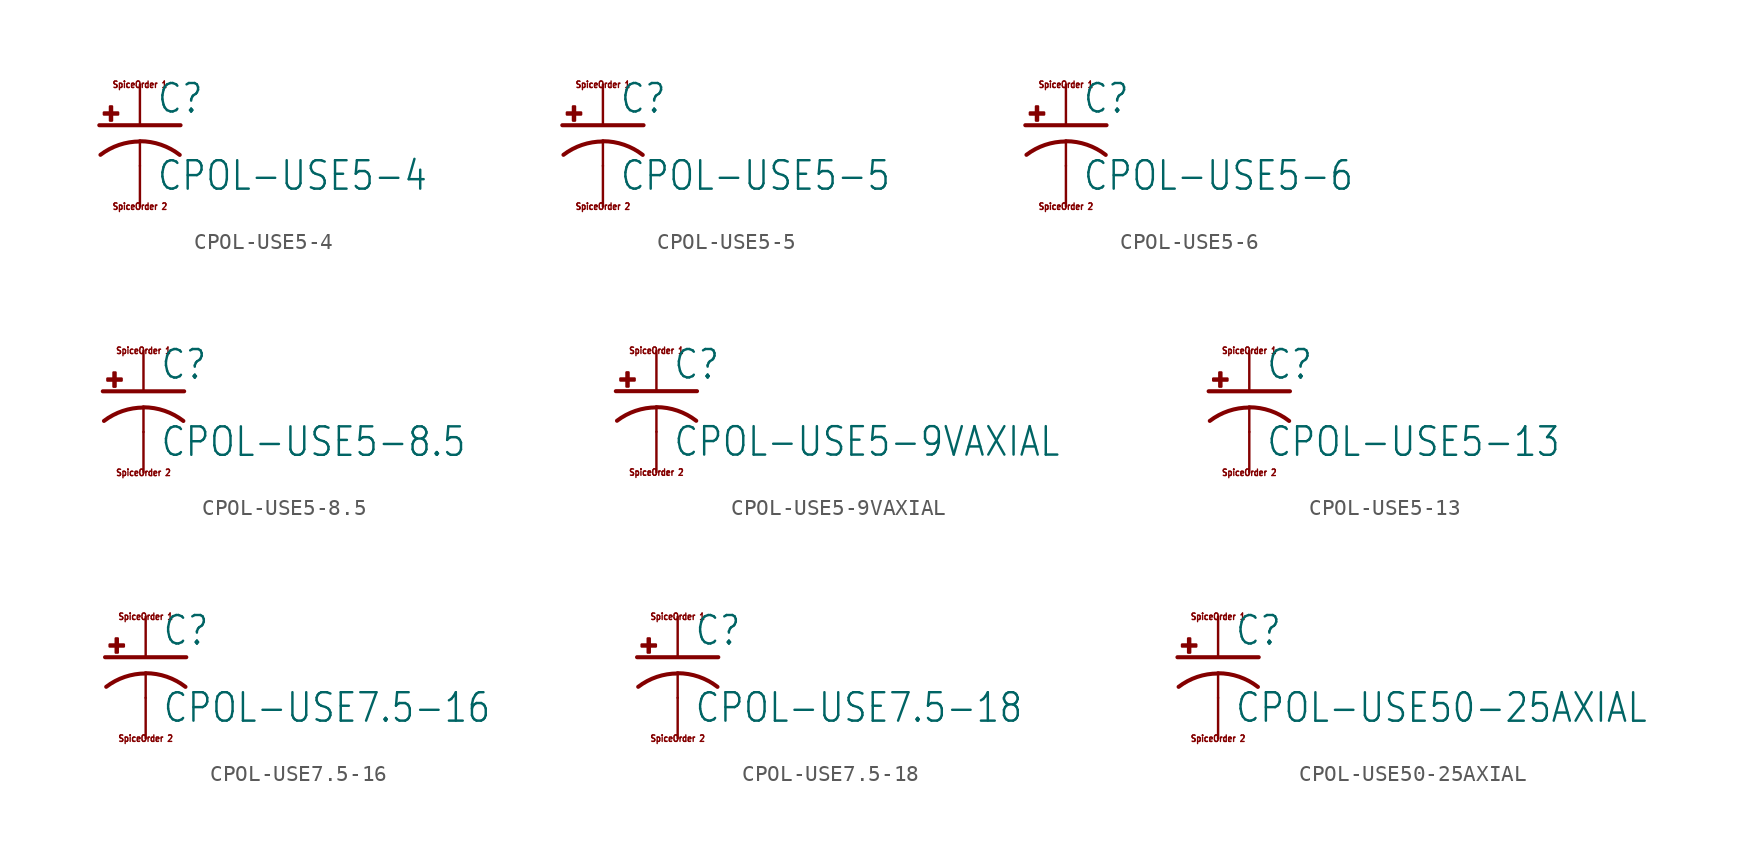
<source format=kicad_sym>
(kicad_symbol_lib
  (version 20211014)
  (generator kicad_symbol_editor)
  (symbol "CPOL-USE5-4"
    (property "Reference" "C"
      (at 1.016 0.635 0)
      (effects (font (size 1.778 1.511)) (justify left bottom)))
    (property "Value" "CPOL-USE5-4"
      (at 1.016 -4.191 0)
      (effects (font (size 1.778 1.511)) (justify left bottom)))
    (property "ki_locked" ""
      (at 0 0 0)
      (effects (font (size 1.27 1.27))))
    (symbol "CPOL-USE5-4_1_0"
      (rectangle (start -2.253 0.668) (end -1.364 0.795) (stroke (width 0) (type default) (color 0 0 0 0)) (fill (type outline)))
      (rectangle (start -1.872 0.287) (end -1.745 1.176) (stroke (width 0) (type default) (color 0 0 0 0)) (fill (type outline)))
      (arc (start 0 -1.0161) (mid -1.3021 -1.2302) (end -2.4669 -1.8504) (stroke (width 0.254) (type default) (color 0 0 0 0)) (fill (type none)))
      (polyline (pts (xy -2.54 0) (xy 2.54 0)) (stroke (width 0.254) (type default) (color 0 0 0 0)) (fill (type none)))
      (polyline (pts (xy 0 -1.016) (xy 0 -2.54)) (stroke (width 0.152) (type default) (color 0 0 0 0)) (fill (type none)))
      (arc (start 2.4892 -1.8542) (mid 1.3158 -1.2195) (end 0 -1) (stroke (width 0.254) (type default) (color 0 0 0 0)) (fill (type none)))
      (text "SpiceOrder 1" (at 0 2.54 0) (effects (font (size 0.406 0.345))))
      (text "SpiceOrder 2" (at 0 -5.08 0) (effects (font (size 0.406 0.345))))
      (pin passive line (at 0 2.54 270) (length 2.54) (name "+" (effects (font (size 0 0)))) (number "+" (effects (font (size 0 0)))))
      (pin passive line (at 0 -5.08 90) (length 2.54) (name "-" (effects (font (size 0 0)))) (number "-" (effects (font (size 0 0)))))))
  (symbol "CPOL-USE5-5"
    (property "Reference" "C"
      (at 1.016 0.635 0)
      (effects (font (size 1.778 1.511)) (justify left bottom)))
    (property "Value" "CPOL-USE5-5"
      (at 1.016 -4.191 0)
      (effects (font (size 1.778 1.511)) (justify left bottom)))
    (property "ki_locked" ""
      (at 0 0 0)
      (effects (font (size 1.27 1.27))))
    (symbol "CPOL-USE5-5_1_0"
      (rectangle (start -2.253 0.668) (end -1.364 0.795) (stroke (width 0) (type default) (color 0 0 0 0)) (fill (type outline)))
      (rectangle (start -1.872 0.287) (end -1.745 1.176) (stroke (width 0) (type default) (color 0 0 0 0)) (fill (type outline)))
      (arc (start 0 -1.0161) (mid -1.3021 -1.2302) (end -2.4669 -1.8504) (stroke (width 0.254) (type default) (color 0 0 0 0)) (fill (type none)))
      (polyline (pts (xy -2.54 0) (xy 2.54 0)) (stroke (width 0.254) (type default) (color 0 0 0 0)) (fill (type none)))
      (polyline (pts (xy 0 -1.016) (xy 0 -2.54)) (stroke (width 0.152) (type default) (color 0 0 0 0)) (fill (type none)))
      (arc (start 2.4892 -1.8542) (mid 1.3158 -1.2195) (end 0 -1) (stroke (width 0.254) (type default) (color 0 0 0 0)) (fill (type none)))
      (text "SpiceOrder 1" (at 0 2.54 0) (effects (font (size 0.406 0.345))))
      (text "SpiceOrder 2" (at 0 -5.08 0) (effects (font (size 0.406 0.345))))
      (pin passive line (at 0 2.54 270) (length 2.54) (name "+" (effects (font (size 0 0)))) (number "+" (effects (font (size 0 0)))))
      (pin passive line (at 0 -5.08 90) (length 2.54) (name "-" (effects (font (size 0 0)))) (number "-" (effects (font (size 0 0)))))))
  (symbol "CPOL-USE5-6"
    (property "Reference" "C"
      (at 1.016 0.635 0)
      (effects (font (size 1.778 1.511)) (justify left bottom)))
    (property "Value" "CPOL-USE5-6"
      (at 1.016 -4.191 0)
      (effects (font (size 1.778 1.511)) (justify left bottom)))
    (property "ki_locked" ""
      (at 0 0 0)
      (effects (font (size 1.27 1.27))))
    (symbol "CPOL-USE5-6_1_0"
      (rectangle (start -2.253 0.668) (end -1.364 0.795) (stroke (width 0) (type default) (color 0 0 0 0)) (fill (type outline)))
      (rectangle (start -1.872 0.287) (end -1.745 1.176) (stroke (width 0) (type default) (color 0 0 0 0)) (fill (type outline)))
      (arc (start 0 -1.0161) (mid -1.3021 -1.2302) (end -2.4669 -1.8504) (stroke (width 0.254) (type default) (color 0 0 0 0)) (fill (type none)))
      (polyline (pts (xy -2.54 0) (xy 2.54 0)) (stroke (width 0.254) (type default) (color 0 0 0 0)) (fill (type none)))
      (polyline (pts (xy 0 -1.016) (xy 0 -2.54)) (stroke (width 0.152) (type default) (color 0 0 0 0)) (fill (type none)))
      (arc (start 2.4892 -1.8542) (mid 1.3158 -1.2195) (end 0 -1) (stroke (width 0.254) (type default) (color 0 0 0 0)) (fill (type none)))
      (text "SpiceOrder 1" (at 0 2.54 0) (effects (font (size 0.406 0.345))))
      (text "SpiceOrder 2" (at 0 -5.08 0) (effects (font (size 0.406 0.345))))
      (pin passive line (at 0 2.54 270) (length 2.54) (name "+" (effects (font (size 0 0)))) (number "+" (effects (font (size 0 0)))))
      (pin passive line (at 0 -5.08 90) (length 2.54) (name "-" (effects (font (size 0 0)))) (number "-" (effects (font (size 0 0)))))))
  (symbol "CPOL-USE5-8.5"
    (property "Reference" "C"
      (at 1.016 0.635 0)
      (effects (font (size 1.778 1.511)) (justify left bottom)))
    (property "Value" "CPOL-USE5-8.5"
      (at 1.016 -4.191 0)
      (effects (font (size 1.778 1.511)) (justify left bottom)))
    (property "ki_locked" ""
      (at 0 0 0)
      (effects (font (size 1.27 1.27))))
    (symbol "CPOL-USE5-8.5_1_0"
      (rectangle (start -2.253 0.668) (end -1.364 0.795) (stroke (width 0) (type default) (color 0 0 0 0)) (fill (type outline)))
      (rectangle (start -1.872 0.287) (end -1.745 1.176) (stroke (width 0) (type default) (color 0 0 0 0)) (fill (type outline)))
      (arc (start 0 -1.0161) (mid -1.3021 -1.2302) (end -2.4669 -1.8504) (stroke (width 0.254) (type default) (color 0 0 0 0)) (fill (type none)))
      (polyline (pts (xy -2.54 0) (xy 2.54 0)) (stroke (width 0.254) (type default) (color 0 0 0 0)) (fill (type none)))
      (polyline (pts (xy 0 -1.016) (xy 0 -2.54)) (stroke (width 0.152) (type default) (color 0 0 0 0)) (fill (type none)))
      (arc (start 2.4892 -1.8542) (mid 1.3158 -1.2195) (end 0 -1) (stroke (width 0.254) (type default) (color 0 0 0 0)) (fill (type none)))
      (text "SpiceOrder 1" (at 0 2.54 0) (effects (font (size 0.406 0.345))))
      (text "SpiceOrder 2" (at 0 -5.08 0) (effects (font (size 0.406 0.345))))
      (pin passive line (at 0 2.54 270) (length 2.54) (name "+" (effects (font (size 0 0)))) (number "+" (effects (font (size 0 0)))))
      (pin passive line (at 0 -5.08 90) (length 2.54) (name "-" (effects (font (size 0 0)))) (number "-" (effects (font (size 0 0)))))))
  (symbol "CPOL-USE5-9VAXIAL"
    (property "Reference" "C"
      (at 1.016 0.635 0)
      (effects (font (size 1.778 1.511)) (justify left bottom)))
    (property "Value" "CPOL-USE5-9VAXIAL"
      (at 1.016 -4.191 0)
      (effects (font (size 1.778 1.511)) (justify left bottom)))
    (property "ki_locked" ""
      (at 0 0 0)
      (effects (font (size 1.27 1.27))))
    (symbol "CPOL-USE5-9VAXIAL_1_0"
      (rectangle (start -2.253 0.668) (end -1.364 0.795) (stroke (width 0) (type default) (color 0 0 0 0)) (fill (type outline)))
      (rectangle (start -1.872 0.287) (end -1.745 1.176) (stroke (width 0) (type default) (color 0 0 0 0)) (fill (type outline)))
      (arc (start 0 -1.0161) (mid -1.3021 -1.2302) (end -2.4669 -1.8504) (stroke (width 0.254) (type default) (color 0 0 0 0)) (fill (type none)))
      (polyline (pts (xy -2.54 0) (xy 2.54 0)) (stroke (width 0.254) (type default) (color 0 0 0 0)) (fill (type none)))
      (polyline (pts (xy 0 -1.016) (xy 0 -2.54)) (stroke (width 0.152) (type default) (color 0 0 0 0)) (fill (type none)))
      (arc (start 2.4892 -1.8542) (mid 1.3158 -1.2195) (end 0 -1) (stroke (width 0.254) (type default) (color 0 0 0 0)) (fill (type none)))
      (text "SpiceOrder 1" (at 0 2.54 0) (effects (font (size 0.406 0.345))))
      (text "SpiceOrder 2" (at 0 -5.08 0) (effects (font (size 0.406 0.345))))
      (pin passive line (at 0 2.54 270) (length 2.54) (name "+" (effects (font (size 0 0)))) (number "+" (effects (font (size 0 0)))))
      (pin passive line (at 0 -5.08 90) (length 2.54) (name "-" (effects (font (size 0 0)))) (number "-" (effects (font (size 0 0)))))))
  (symbol "CPOL-USE5-13"
    (property "Reference" "C"
      (at 1.016 0.635 0)
      (effects (font (size 1.778 1.511)) (justify left bottom)))
    (property "Value" "CPOL-USE5-13"
      (at 1.016 -4.191 0)
      (effects (font (size 1.778 1.511)) (justify left bottom)))
    (property "ki_locked" ""
      (at 0 0 0)
      (effects (font (size 1.27 1.27))))
    (symbol "CPOL-USE5-13_1_0"
      (rectangle (start -2.253 0.668) (end -1.364 0.795) (stroke (width 0) (type default) (color 0 0 0 0)) (fill (type outline)))
      (rectangle (start -1.872 0.287) (end -1.745 1.176) (stroke (width 0) (type default) (color 0 0 0 0)) (fill (type outline)))
      (arc (start 0 -1.0161) (mid -1.3021 -1.2302) (end -2.4669 -1.8504) (stroke (width 0.254) (type default) (color 0 0 0 0)) (fill (type none)))
      (polyline (pts (xy -2.54 0) (xy 2.54 0)) (stroke (width 0.254) (type default) (color 0 0 0 0)) (fill (type none)))
      (polyline (pts (xy 0 -1.016) (xy 0 -2.54)) (stroke (width 0.152) (type default) (color 0 0 0 0)) (fill (type none)))
      (arc (start 2.4892 -1.8542) (mid 1.3158 -1.2195) (end 0 -1) (stroke (width 0.254) (type default) (color 0 0 0 0)) (fill (type none)))
      (text "SpiceOrder 1" (at 0 2.54 0) (effects (font (size 0.406 0.345))))
      (text "SpiceOrder 2" (at 0 -5.08 0) (effects (font (size 0.406 0.345))))
      (pin passive line (at 0 2.54 270) (length 2.54) (name "+" (effects (font (size 0 0)))) (number "+" (effects (font (size 0 0)))))
      (pin passive line (at 0 -5.08 90) (length 2.54) (name "-" (effects (font (size 0 0)))) (number "-" (effects (font (size 0 0)))))))
  (symbol "CPOL-USE7.5-16"
    (property "Reference" "C"
      (at 1.016 0.635 0)
      (effects (font (size 1.778 1.511)) (justify left bottom)))
    (property "Value" "CPOL-USE7.5-16"
      (at 1.016 -4.191 0)
      (effects (font (size 1.778 1.511)) (justify left bottom)))
    (property "ki_locked" ""
      (at 0 0 0)
      (effects (font (size 1.27 1.27))))
    (symbol "CPOL-USE7.5-16_1_0"
      (rectangle (start -2.253 0.668) (end -1.364 0.795) (stroke (width 0) (type default) (color 0 0 0 0)) (fill (type outline)))
      (rectangle (start -1.872 0.287) (end -1.745 1.176) (stroke (width 0) (type default) (color 0 0 0 0)) (fill (type outline)))
      (arc (start 0 -1.0161) (mid -1.3021 -1.2302) (end -2.4669 -1.8504) (stroke (width 0.254) (type default) (color 0 0 0 0)) (fill (type none)))
      (polyline (pts (xy -2.54 0) (xy 2.54 0)) (stroke (width 0.254) (type default) (color 0 0 0 0)) (fill (type none)))
      (polyline (pts (xy 0 -1.016) (xy 0 -2.54)) (stroke (width 0.152) (type default) (color 0 0 0 0)) (fill (type none)))
      (arc (start 2.4892 -1.8542) (mid 1.3158 -1.2195) (end 0 -1) (stroke (width 0.254) (type default) (color 0 0 0 0)) (fill (type none)))
      (text "SpiceOrder 1" (at 0 2.54 0) (effects (font (size 0.406 0.345))))
      (text "SpiceOrder 2" (at 0 -5.08 0) (effects (font (size 0.406 0.345))))
      (pin passive line (at 0 2.54 270) (length 2.54) (name "+" (effects (font (size 0 0)))) (number "+" (effects (font (size 0 0)))))
      (pin passive line (at 0 -5.08 90) (length 2.54) (name "-" (effects (font (size 0 0)))) (number "-" (effects (font (size 0 0)))))))
  (symbol "CPOL-USE7.5-18"
    (property "Reference" "C"
      (at 1.016 0.635 0)
      (effects (font (size 1.778 1.511)) (justify left bottom)))
    (property "Value" "CPOL-USE7.5-18"
      (at 1.016 -4.191 0)
      (effects (font (size 1.778 1.511)) (justify left bottom)))
    (property "ki_locked" ""
      (at 0 0 0)
      (effects (font (size 1.27 1.27))))
    (symbol "CPOL-USE7.5-18_1_0"
      (rectangle (start -2.253 0.668) (end -1.364 0.795) (stroke (width 0) (type default) (color 0 0 0 0)) (fill (type outline)))
      (rectangle (start -1.872 0.287) (end -1.745 1.176) (stroke (width 0) (type default) (color 0 0 0 0)) (fill (type outline)))
      (arc (start 0 -1.0161) (mid -1.3021 -1.2302) (end -2.4669 -1.8504) (stroke (width 0.254) (type default) (color 0 0 0 0)) (fill (type none)))
      (polyline (pts (xy -2.54 0) (xy 2.54 0)) (stroke (width 0.254) (type default) (color 0 0 0 0)) (fill (type none)))
      (polyline (pts (xy 0 -1.016) (xy 0 -2.54)) (stroke (width 0.152) (type default) (color 0 0 0 0)) (fill (type none)))
      (arc (start 2.4892 -1.8542) (mid 1.3158 -1.2195) (end 0 -1) (stroke (width 0.254) (type default) (color 0 0 0 0)) (fill (type none)))
      (text "SpiceOrder 1" (at 0 2.54 0) (effects (font (size 0.406 0.345))))
      (text "SpiceOrder 2" (at 0 -5.08 0) (effects (font (size 0.406 0.345))))
      (pin passive line (at 0 2.54 270) (length 2.54) (name "+" (effects (font (size 0 0)))) (number "+" (effects (font (size 0 0)))))
      (pin passive line (at 0 -5.08 90) (length 2.54) (name "-" (effects (font (size 0 0)))) (number "-" (effects (font (size 0 0)))))))
  (symbol "CPOL-USE50-25AXIAL"
    (property "Reference" "C"
      (at 1.016 0.635 0)
      (effects (font (size 1.778 1.511)) (justify left bottom)))
    (property "Value" "CPOL-USE50-25AXIAL"
      (at 1.016 -4.191 0)
      (effects (font (size 1.778 1.511)) (justify left bottom)))
    (property "ki_locked" ""
      (at 0 0 0)
      (effects (font (size 1.27 1.27))))
    (symbol "CPOL-USE50-25AXIAL_1_0"
      (rectangle (start -2.253 0.668) (end -1.364 0.795) (stroke (width 0) (type default) (color 0 0 0 0)) (fill (type outline)))
      (rectangle (start -1.872 0.287) (end -1.745 1.176) (stroke (width 0) (type default) (color 0 0 0 0)) (fill (type outline)))
      (arc (start 0 -1.0161) (mid -1.3021 -1.2302) (end -2.4669 -1.8504) (stroke (width 0.254) (type default) (color 0 0 0 0)) (fill (type none)))
      (polyline (pts (xy -2.54 0) (xy 2.54 0)) (stroke (width 0.254) (type default) (color 0 0 0 0)) (fill (type none)))
      (polyline (pts (xy 0 -1.016) (xy 0 -2.54)) (stroke (width 0.152) (type default) (color 0 0 0 0)) (fill (type none)))
      (arc (start 2.4892 -1.8542) (mid 1.3158 -1.2195) (end 0 -1) (stroke (width 0.254) (type default) (color 0 0 0 0)) (fill (type none)))
      (text "SpiceOrder 1" (at 0 2.54 0) (effects (font (size 0.406 0.345))))
      (text "SpiceOrder 2" (at 0 -5.08 0) (effects (font (size 0.406 0.345))))
      (pin passive line (at 0 2.54 270) (length 2.54) (name "+" (effects (font (size 0 0)))) (number "+" (effects (font (size 0 0)))))
      (pin passive line (at 0 -5.08 90) (length 2.54) (name "-" (effects (font (size 0 0)))) (number "-" (effects (font (size 0 0))))))))
</source>
